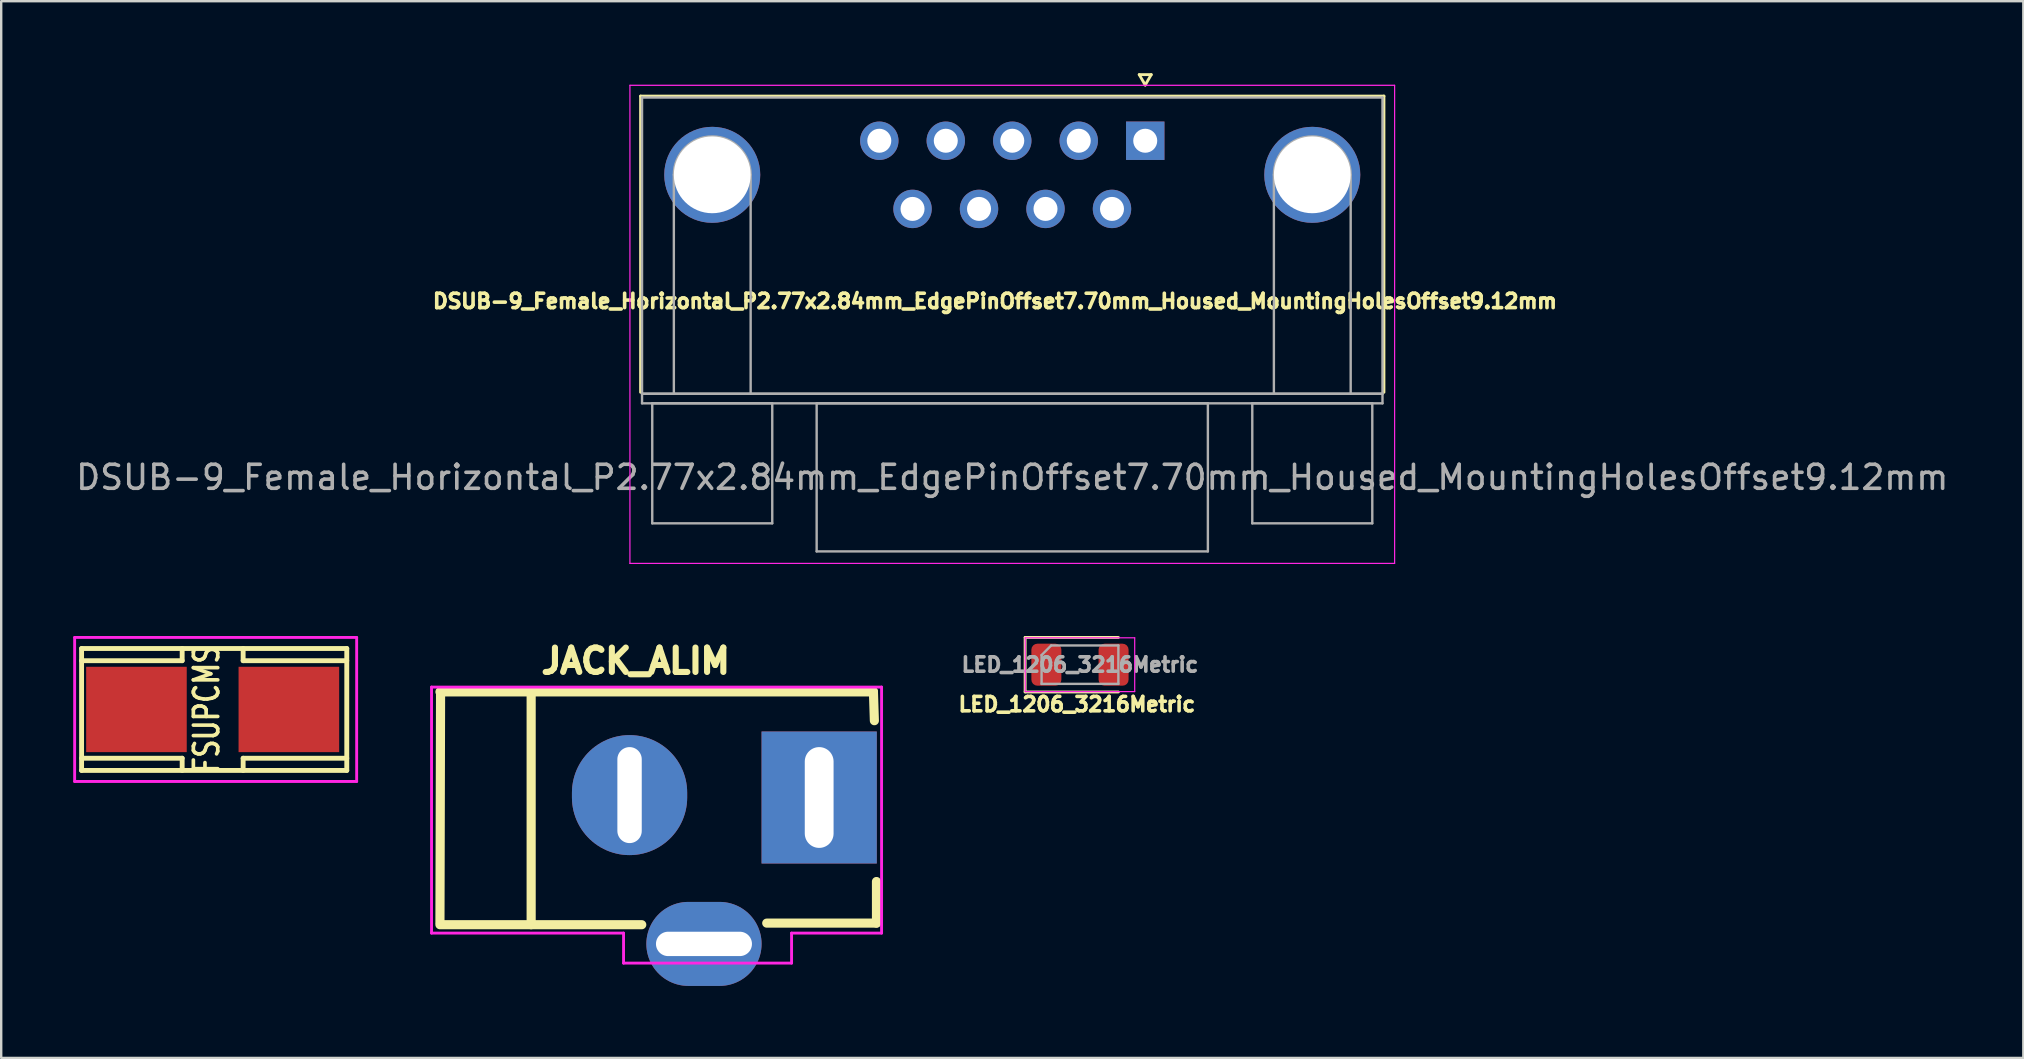
<source format=kicad_pcb>
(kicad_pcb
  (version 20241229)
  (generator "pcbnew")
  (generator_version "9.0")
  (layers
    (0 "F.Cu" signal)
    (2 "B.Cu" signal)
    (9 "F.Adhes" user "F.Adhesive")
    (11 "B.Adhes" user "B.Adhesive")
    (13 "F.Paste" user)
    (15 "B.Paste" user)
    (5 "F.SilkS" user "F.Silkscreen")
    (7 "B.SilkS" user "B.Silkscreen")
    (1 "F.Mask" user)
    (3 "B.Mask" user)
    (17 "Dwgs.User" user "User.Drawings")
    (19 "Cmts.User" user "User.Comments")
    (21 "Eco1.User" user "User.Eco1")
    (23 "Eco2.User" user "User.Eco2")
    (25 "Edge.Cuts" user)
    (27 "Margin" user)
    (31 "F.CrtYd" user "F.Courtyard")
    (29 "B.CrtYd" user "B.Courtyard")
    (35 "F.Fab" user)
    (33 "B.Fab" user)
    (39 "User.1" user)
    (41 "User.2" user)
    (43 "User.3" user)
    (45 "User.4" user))
  (footprint "FSUPCMS"
    (layer "F.Cu")
    (at 5.81 26.509)
    (property "Reference" "FSUPCMS" (at -0.25 0 90) (layer "F.SilkS") (effects (font (size 1.016 0.762) (thickness 0.152))))
    (attr smd)
    (fp_line (start -5.461 -2.032) (end -1.27 -2.032) (stroke (width 0.203) (type solid)) (layer "F.SilkS"))
    (fp_line (start -5.461 2.032) (end -1.27 2.032) (stroke (width 0.203) (type solid)) (layer "F.SilkS"))
    (fp_line (start -5.461 2.54) (end -5.461 -2.54) (stroke (width 0.203) (type solid)) (layer "F.SilkS"))
    (fp_line (start -5.461 2.54) (end 5.588 2.54) (stroke (width 0.203) (type solid)) (layer "F.SilkS"))
    (fp_line (start -1.27 -2.032) (end -1.27 -2.54) (stroke (width 0.203) (type solid)) (layer "F.SilkS"))
    (fp_line (start -1.27 2.032) (end -1.27 2.54) (stroke (width 0.203) (type solid)) (layer "F.SilkS"))
    (fp_line (start 1.27 -2.032) (end 1.27 -2.54) (stroke (width 0.203) (type solid)) (layer "F.SilkS"))
    (fp_line (start 1.27 2.032) (end 1.27 2.54) (stroke (width 0.203) (type solid)) (layer "F.SilkS"))
    (fp_line (start 5.588 -2.54) (end -5.461 -2.54) (stroke (width 0.203) (type solid)) (layer "F.SilkS"))
    (fp_line (start 5.588 -2.54) (end 5.588 2.54) (stroke (width 0.203) (type solid)) (layer "F.SilkS"))
    (fp_line (start 5.588 -2.032) (end 1.27 -2.032) (stroke (width 0.203) (type solid)) (layer "F.SilkS"))
    (fp_line (start 5.588 2.032) (end 1.27 2.032) (stroke (width 0.203) (type solid)) (layer "F.SilkS"))
    (fp_line (start -5.75 -3) (end 6 -3) (stroke (width 0.12) (type solid)) (layer "F.CrtYd"))
    (fp_line (start -5.75 3) (end -5.75 -3) (stroke (width 0.12) (type solid)) (layer "F.CrtYd"))
    (fp_line (start 6 -3) (end 6 3) (stroke (width 0.12) (type solid)) (layer "F.CrtYd"))
    (fp_line (start 6 3) (end -5.75 3) (stroke (width 0.12) (type solid)) (layer "F.CrtYd"))
    (pad "1" smd rect (at -3.175 0 90) (size 3.556 4.191) (layers "F.Cu" "F.Mask" "F.Paste"))
    (pad "2" smd rect (at 3.175 0 90) (size 3.556 4.191) (layers "F.Cu" "F.Mask" "F.Paste")))
  (footprint "JACK_ALIM"
    (layer "F.Cu")
    (at 23.18 30.077)
    (property "Reference" "JACK_ALIM" (at 0.254 -5.588 180) (layer "F.SilkS") (effects (font (size 1.016 1.016) (thickness 0.254))))
    (attr through_hole)
    (fp_line (start -7.9 -4.3) (end 10.16 -4.3) (stroke (width 0.381) (type solid)) (layer "F.SilkS"))
    (fp_line (start -7.9 5.4) (end 0.508 5.4) (stroke (width 0.381) (type solid)) (layer "F.SilkS"))
    (fp_line (start -7.874 -4.318) (end -7.9 5.3) (stroke (width 0.381) (type solid)) (layer "F.SilkS"))
    (fp_line (start -4.1 -4.3) (end -4.1 5.4) (stroke (width 0.381) (type solid)) (layer "F.SilkS"))
    (fp_line (start 5.715 5.334) (end 10.287 5.334) (stroke (width 0.38) (type solid)) (layer "F.SilkS"))
    (fp_line (start 10.16 -4.318) (end 10.2 -3.1) (stroke (width 0.38) (type solid)) (layer "F.SilkS"))
    (fp_line (start 10.287 5.334) (end 10.287 3.6) (stroke (width 0.38) (type solid)) (layer "F.SilkS"))
    (fp_line (start -8.25 -4.5) (end 10.5 -4.5) (stroke (width 0.12) (type solid)) (layer "F.CrtYd"))
    (fp_line (start -8.25 5.75) (end -8.25 -4.5) (stroke (width 0.12) (type solid)) (layer "F.CrtYd"))
    (fp_line (start -0.25 5.75) (end -8.25 5.75) (stroke (width 0.12) (type solid)) (layer "F.CrtYd"))
    (fp_line (start -0.25 7) (end -0.25 5.75) (stroke (width 0.12) (type solid)) (layer "F.CrtYd"))
    (fp_line (start 6.75 5.75) (end 6.75 7) (stroke (width 0.12) (type solid)) (layer "F.CrtYd"))
    (fp_line (start 6.75 7) (end -0.25 7) (stroke (width 0.12) (type solid)) (layer "F.CrtYd"))
    (fp_line (start 10.5 -4.5) (end 10.5 5.75) (stroke (width 0.12) (type solid)) (layer "F.CrtYd"))
    (fp_line (start 10.5 5.75) (end 6.75 5.75) (stroke (width 0.12) (type solid)) (layer "F.CrtYd"))
    (pad "1" thru_hole rect (at 7.9 0.1) (size 4.801 5.5) (drill oval 1.2 4.2) (layers "*.Cu" "*.Mask"))
    (pad "2" thru_hole oval (at 0 0) (size 4.801 5) (drill oval 1.016 4) (layers "*.Cu" "*.Mask"))
    (pad "3" thru_hole oval (at 3.1 6.2) (size 4.801 3.5) (drill oval 4 1.016) (layers "*.Cu" "*.Mask")))
  (footprint "DSUB-9_Female_Horizontal_P2.77x2.84mm_EdgePinOffset7.70mm_Housed_MountingHolesOffset9.12mm"
    (layer "F.Cu")
    (at 44.665 2.814)
    (property "Reference" "DSUB-9_Female_Horizontal_P2.77x2.84mm_EdgePinOffset7.70mm_Housed_MountingHolesOffset9.12mm" (at -6.262 6.683 180) (layer "F.SilkS") (effects (font (size 0.6 0.6) (thickness 0.15))))
    (attr through_hole)
    (fp_line (start -21.025 -1.86) (end 9.945 -1.86) (stroke (width 0.12) (type solid)) (layer "F.SilkS"))
    (fp_line (start -21.025 10.48) (end -21.025 -1.86) (stroke (width 0.12) (type solid)) (layer "F.SilkS"))
    (fp_line (start -0.25 -2.754) (end 0.25 -2.754) (stroke (width 0.12) (type solid)) (layer "F.SilkS"))
    (fp_line (start 0 -2.321) (end -0.25 -2.754) (stroke (width 0.12) (type solid)) (layer "F.SilkS"))
    (fp_line (start 0.25 -2.754) (end 0 -2.321) (stroke (width 0.12) (type solid)) (layer "F.SilkS"))
    (fp_line (start 9.945 -1.86) (end 9.945 10.48) (stroke (width 0.12) (type solid)) (layer "F.SilkS"))
    (fp_line (start -21.47 -2.31) (end -21.47 17.61) (stroke (width 0.05) (type solid)) (layer "F.CrtYd"))
    (fp_line (start -21.47 17.61) (end 10.39 17.61) (stroke (width 0.05) (type solid)) (layer "F.CrtYd"))
    (fp_line (start 10.39 -2.31) (end -21.47 -2.31) (stroke (width 0.05) (type solid)) (layer "F.CrtYd"))
    (fp_line (start 10.39 17.61) (end 10.39 -2.31) (stroke (width 0.05) (type solid)) (layer "F.CrtYd"))
    (fp_line (start -20.965 -1.8) (end -20.965 10.54) (stroke (width 0.1) (type solid)) (layer "F.Fab"))
    (fp_line (start -20.965 10.54) (end -20.965 10.94) (stroke (width 0.1) (type solid)) (layer "F.Fab"))
    (fp_line (start -20.965 10.54) (end 9.885 10.54) (stroke (width 0.1) (type solid)) (layer "F.Fab"))
    (fp_line (start -20.965 10.94) (end 9.885 10.94) (stroke (width 0.1) (type solid)) (layer "F.Fab"))
    (fp_line (start -20.54 10.94) (end -20.54 15.94) (stroke (width 0.1) (type solid)) (layer "F.Fab"))
    (fp_line (start -20.54 15.94) (end -15.54 15.94) (stroke (width 0.1) (type solid)) (layer "F.Fab"))
    (fp_line (start -19.64 10.54) (end -19.64 1.42) (stroke (width 0.1) (type solid)) (layer "F.Fab"))
    (fp_line (start -16.44 10.54) (end -16.44 1.42) (stroke (width 0.1) (type solid)) (layer "F.Fab"))
    (fp_line (start -15.54 10.94) (end -20.54 10.94) (stroke (width 0.1) (type solid)) (layer "F.Fab"))
    (fp_line (start -15.54 15.94) (end -15.54 10.94) (stroke (width 0.1) (type solid)) (layer "F.Fab"))
    (fp_line (start -13.69 10.94) (end -13.69 17.11) (stroke (width 0.1) (type solid)) (layer "F.Fab"))
    (fp_line (start -13.69 17.11) (end 2.61 17.11) (stroke (width 0.1) (type solid)) (layer "F.Fab"))
    (fp_line (start 2.61 10.94) (end -13.69 10.94) (stroke (width 0.1) (type solid)) (layer "F.Fab"))
    (fp_line (start 2.61 17.11) (end 2.61 10.94) (stroke (width 0.1) (type solid)) (layer "F.Fab"))
    (fp_line (start 4.46 10.94) (end 4.46 15.94) (stroke (width 0.1) (type solid)) (layer "F.Fab"))
    (fp_line (start 4.46 15.94) (end 9.46 15.94) (stroke (width 0.1) (type solid)) (layer "F.Fab"))
    (fp_line (start 5.36 10.54) (end 5.36 1.42) (stroke (width 0.1) (type solid)) (layer "F.Fab"))
    (fp_line (start 8.56 10.54) (end 8.56 1.42) (stroke (width 0.1) (type solid)) (layer "F.Fab"))
    (fp_line (start 9.46 10.94) (end 4.46 10.94) (stroke (width 0.1) (type solid)) (layer "F.Fab"))
    (fp_line (start 9.46 15.94) (end 9.46 10.94) (stroke (width 0.1) (type solid)) (layer "F.Fab"))
    (fp_line (start 9.885 -1.8) (end -20.965 -1.8) (stroke (width 0.1) (type solid)) (layer "F.Fab"))
    (fp_line (start 9.885 10.54) (end -20.965 10.54) (stroke (width 0.1) (type solid)) (layer "F.Fab"))
    (fp_line (start 9.885 10.54) (end 9.885 -1.8) (stroke (width 0.1) (type solid)) (layer "F.Fab"))
    (fp_line (start 9.885 10.94) (end 9.885 10.54) (stroke (width 0.1) (type solid)) (layer "F.Fab"))
    (fp_arc (start -19.64 1.42) (mid -18.04 -0.18) (end -16.44 1.42) (stroke (width 0.1) (type solid)) (layer "F.Fab"))
    (fp_arc (start 5.36 1.42) (mid 6.96 -0.18) (end 8.56 1.42) (stroke (width 0.1) (type solid)) (layer "F.Fab"))
    (fp_text user "${REFERENCE}" (at -5.54 14.025 180) (layer "F.Fab") (effects (font (size 1 1) (thickness 0.15))))
    (pad "0" thru_hole circle (at -18.04 1.42) (size 4 4) (drill 3.2) (layers "*.Cu" "*.Mask"))
    (pad "0" thru_hole circle (at 6.96 1.42) (size 4 4) (drill 3.2) (layers "*.Cu" "*.Mask"))
    (pad "1" thru_hole rect (at 0 0) (size 1.6 1.6) (drill 1) (layers "*.Cu" "*.Mask"))
    (pad "2" thru_hole circle (at -2.77 0) (size 1.6 1.6) (drill 1) (layers "*.Cu" "*.Mask"))
    (pad "3" thru_hole circle (at -5.54 0) (size 1.6 1.6) (drill 1) (layers "*.Cu" "*.Mask"))
    (pad "4" thru_hole circle (at -8.31 0) (size 1.6 1.6) (drill 1) (layers "*.Cu" "*.Mask"))
    (pad "5" thru_hole circle (at -11.08 0) (size 1.6 1.6) (drill 1) (layers "*.Cu" "*.Mask"))
    (pad "6" thru_hole circle (at -1.385 2.84) (size 1.6 1.6) (drill 1) (layers "*.Cu" "*.Mask"))
    (pad "7" thru_hole circle (at -4.155 2.84) (size 1.6 1.6) (drill 1) (layers "*.Cu" "*.Mask"))
    (pad "8" thru_hole circle (at -6.925 2.84) (size 1.6 1.6) (drill 1) (layers "*.Cu" "*.Mask"))
    (pad "9" thru_hole circle (at -9.695 2.84) (size 1.6 1.6) (drill 1) (layers "*.Cu" "*.Mask")))
  (footprint "LED_1206_3216Metric"
    (layer "F.Cu")
    (at 41.946 24.644)
    (property "Reference" "LED_1206_3216Metric" (at -0.127 1.651 0) (layer "F.SilkS") (effects (font (size 0.6 0.6) (thickness 0.15))))
    (attr smd)
    (fp_line (start -2.285 -1.135) (end -2.285 1.135) (stroke (width 0.12) (type solid)) (layer "F.SilkS"))
    (fp_line (start -2.285 1.135) (end 1.6 1.135) (stroke (width 0.12) (type solid)) (layer "F.SilkS"))
    (fp_line (start 1.6 -1.135) (end -2.285 -1.135) (stroke (width 0.12) (type solid)) (layer "F.SilkS"))
    (fp_line (start -2.28 -1.12) (end 2.28 -1.12) (stroke (width 0.05) (type solid)) (layer "F.CrtYd"))
    (fp_line (start -2.28 1.12) (end -2.28 -1.12) (stroke (width 0.05) (type solid)) (layer "F.CrtYd"))
    (fp_line (start 2.28 -1.12) (end 2.28 1.12) (stroke (width 0.05) (type solid)) (layer "F.CrtYd"))
    (fp_line (start 2.28 1.12) (end -2.28 1.12) (stroke (width 0.05) (type solid)) (layer "F.CrtYd"))
    (fp_line (start -1.6 -0.4) (end -1.6 0.8) (stroke (width 0.1) (type solid)) (layer "F.Fab"))
    (fp_line (start -1.6 0.8) (end 1.6 0.8) (stroke (width 0.1) (type solid)) (layer "F.Fab"))
    (fp_line (start -1.2 -0.8) (end -1.6 -0.4) (stroke (width 0.1) (type solid)) (layer "F.Fab"))
    (fp_line (start 1.6 -0.8) (end -1.2 -0.8) (stroke (width 0.1) (type solid)) (layer "F.Fab"))
    (fp_line (start 1.6 0.8) (end 1.6 -0.8) (stroke (width 0.1) (type solid)) (layer "F.Fab"))
    (fp_text user "${REFERENCE}" (at 0 0 0) (layer "F.Fab") (effects (font (size 0.6 0.6) (thickness 0.15))))
    (pad "1" smd roundrect (at -1.4 0) (size 1.25 1.75) (layers "F.Cu" "F.Mask" "F.Paste") (roundrect_rratio 0.2))
    (pad "2" smd roundrect (at 1.4 0) (size 1.25 1.75) (layers "F.Cu" "F.Mask" "F.Paste") (roundrect_rratio 0.2)))
  (gr_rect
    (start -3 -3)
    (end 81.25 41.027)
    (stroke (width 0.1) (type default))
    (fill no)
    (layer "Edge.Cuts")))
</source>
